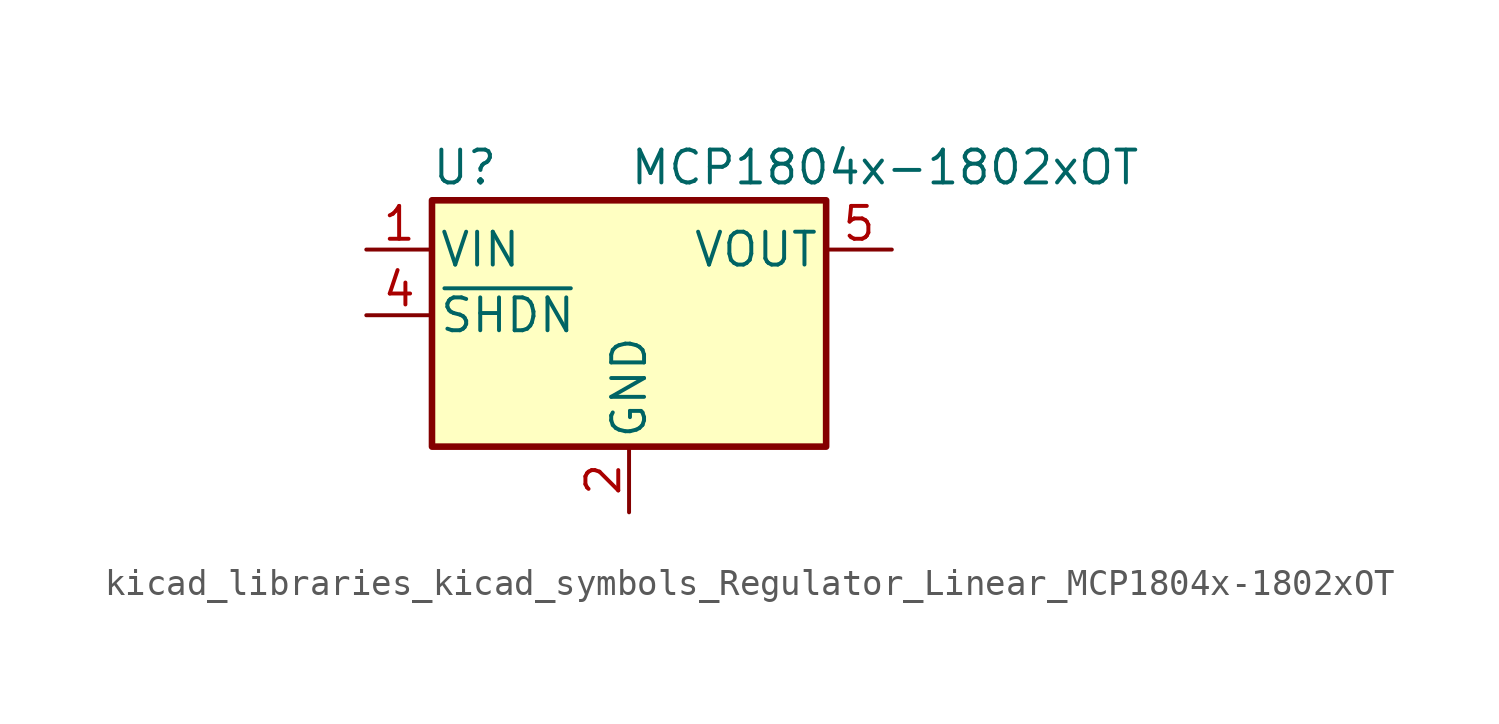
<source format=kicad_sym>
(kicad_symbol_lib
  (version 20220914)
  (generator kicad_symbol_editor)
  (symbol "kicad_libraries_kicad_symbols_Regulator_Linear_MCP1804x-1802xOT"
    (pin_names
      (offset 0.254))
    (property "Reference" "U"
      (at -6.35 5.715 0)
      (effects (font (size 1.27 1.27))))
    (property "Value" "MCP1804x-1802xOT"
      (at 0 5.715 0)
      (effects (font (size 1.27 1.27)) (justify left)))
    (symbol "kicad_libraries_kicad_symbols_Regulator_Linear_MCP1804x-1802xOT_0_1"
      (rectangle (start -7.62 -5.08) (end 7.62 4.445) (stroke (width 0.254) (type default)) (fill (type background))))
    (symbol "kicad_libraries_kicad_symbols_Regulator_Linear_MCP1804x-1802xOT_1_1"
      (pin power_in line (at -10.16 2.54 0) (length 2.54) (name "VIN" (effects (font (size 1.27 1.27)))) (number "1" (effects (font (size 1.27 1.27)))))
      (pin power_in line (at 0 -7.62 90) (length 2.54) (name "GND" (effects (font (size 1.27 1.27)))) (number "2" (effects (font (size 1.27 1.27)))))
      (pin no_connect line (at 7.62 0 180) (length 2.54) hide (name "NC" (effects (font (size 1.27 1.27)))) (number "3" (effects (font (size 1.27 1.27)))))
      (pin input line (at -10.16 0 0) (length 2.54) (name "~{SHDN}" (effects (font (size 1.27 1.27)))) (number "4" (effects (font (size 1.27 1.27)))))
      (pin power_out line (at 10.16 2.54 180) (length 2.54) (name "VOUT" (effects (font (size 1.27 1.27)))) (number "5" (effects (font (size 1.27 1.27))))))))
</source>
